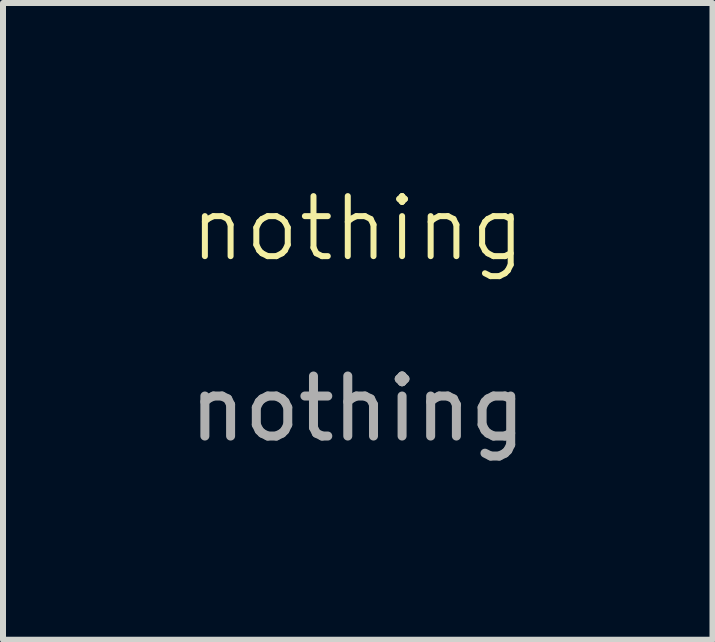
<source format=kicad_pcb>
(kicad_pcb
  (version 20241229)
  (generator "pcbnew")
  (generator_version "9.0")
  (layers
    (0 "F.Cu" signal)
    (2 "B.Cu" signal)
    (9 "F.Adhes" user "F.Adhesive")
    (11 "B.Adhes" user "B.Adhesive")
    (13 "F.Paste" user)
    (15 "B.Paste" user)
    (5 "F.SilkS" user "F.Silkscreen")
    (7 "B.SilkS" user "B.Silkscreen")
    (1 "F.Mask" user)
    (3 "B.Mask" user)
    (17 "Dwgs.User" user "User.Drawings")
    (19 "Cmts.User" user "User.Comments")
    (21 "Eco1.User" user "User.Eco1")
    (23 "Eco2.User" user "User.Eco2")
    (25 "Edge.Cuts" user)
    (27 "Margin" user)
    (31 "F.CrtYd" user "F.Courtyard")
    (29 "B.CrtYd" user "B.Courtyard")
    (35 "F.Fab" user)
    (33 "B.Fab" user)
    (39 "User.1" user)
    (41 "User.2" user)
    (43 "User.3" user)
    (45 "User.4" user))
  (footprint "nothing"
    (layer "F.Cu")
    (at 2.911 1.26)
    (property "Reference" "nothing" (at 0 -0.5 0) (unlocked yes) (layer "F.SilkS") (effects (font (size 1 1) (thickness 0.1))))
    (fp_text user "${REFERENCE}" (at 0 2.5 0) (unlocked yes) (layer "F.Fab") (effects (font (size 1 1) (thickness 0.15)))))
  (gr_rect
    (start -3 -3)
    (end 8.821 7.609)
    (stroke (width 0.1) (type default))
    (fill no)
    (layer "Edge.Cuts")))
</source>
